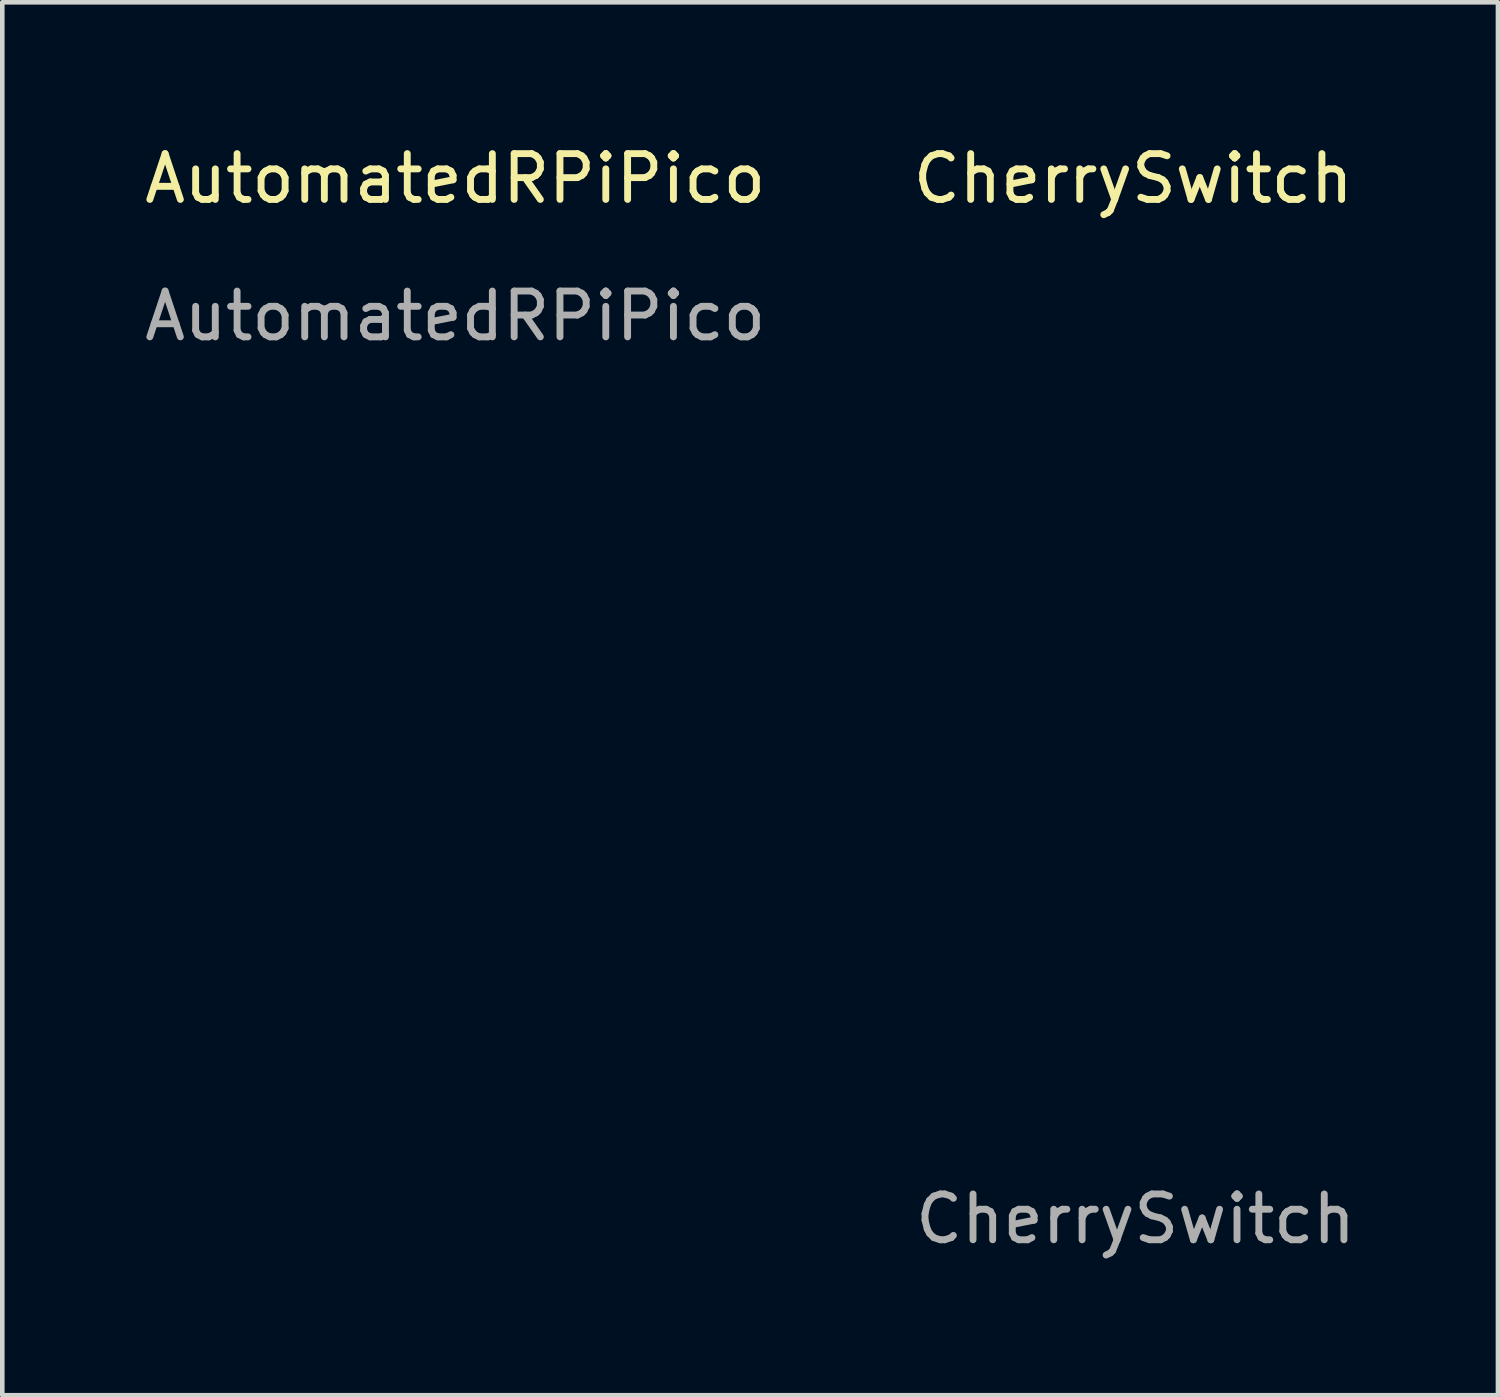
<source format=kicad_pcb>
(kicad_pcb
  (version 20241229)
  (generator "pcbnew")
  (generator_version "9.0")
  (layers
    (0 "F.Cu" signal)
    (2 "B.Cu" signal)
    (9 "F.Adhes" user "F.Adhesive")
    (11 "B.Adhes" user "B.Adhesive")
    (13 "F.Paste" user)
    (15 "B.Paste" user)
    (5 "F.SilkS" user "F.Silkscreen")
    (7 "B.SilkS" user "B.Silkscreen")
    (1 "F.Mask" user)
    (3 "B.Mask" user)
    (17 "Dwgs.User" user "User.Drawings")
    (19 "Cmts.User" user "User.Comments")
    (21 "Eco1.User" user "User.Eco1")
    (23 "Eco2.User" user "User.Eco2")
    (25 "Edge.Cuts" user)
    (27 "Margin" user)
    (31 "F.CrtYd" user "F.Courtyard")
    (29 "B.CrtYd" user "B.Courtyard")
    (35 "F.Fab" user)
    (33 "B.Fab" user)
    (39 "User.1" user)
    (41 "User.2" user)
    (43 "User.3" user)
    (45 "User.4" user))
  (footprint "CherrySwitch"
    (layer "F.Cu")
    (at 21.685 14.742)
    (property "Reference" "CherrySwitch" (at 0 -13.894 0) (unlocked yes) (layer "F.SilkS") (effects (font (size 1 1) (thickness 0.15))))
    (attr through_hole)
    (fp_text user "${REFERENCE}" (at 0.051 8.814 0) (unlocked yes) (layer "F.Fab") (effects (font (size 1 1) (thickness 0.15)))))
  (footprint "AutomatedRPiPico"
    (layer "F.Cu")
    (at 6.887 1.348)
    (property "Reference" "AutomatedRPiPico" (at 0 -0.5 0) (unlocked yes) (layer "F.SilkS") (effects (font (size 1 1) (thickness 0.15))))
    (attr smd)
    (fp_text user "${REFERENCE}" (at 0 2.5 0) (unlocked yes) (layer "F.Fab") (effects (font (size 1 1) (thickness 0.15)))))
  (gr_rect
    (start -3 -3)
    (end 29.646 27.404)
    (stroke (width 0.1) (type default))
    (fill no)
    (layer "Edge.Cuts")))
</source>
